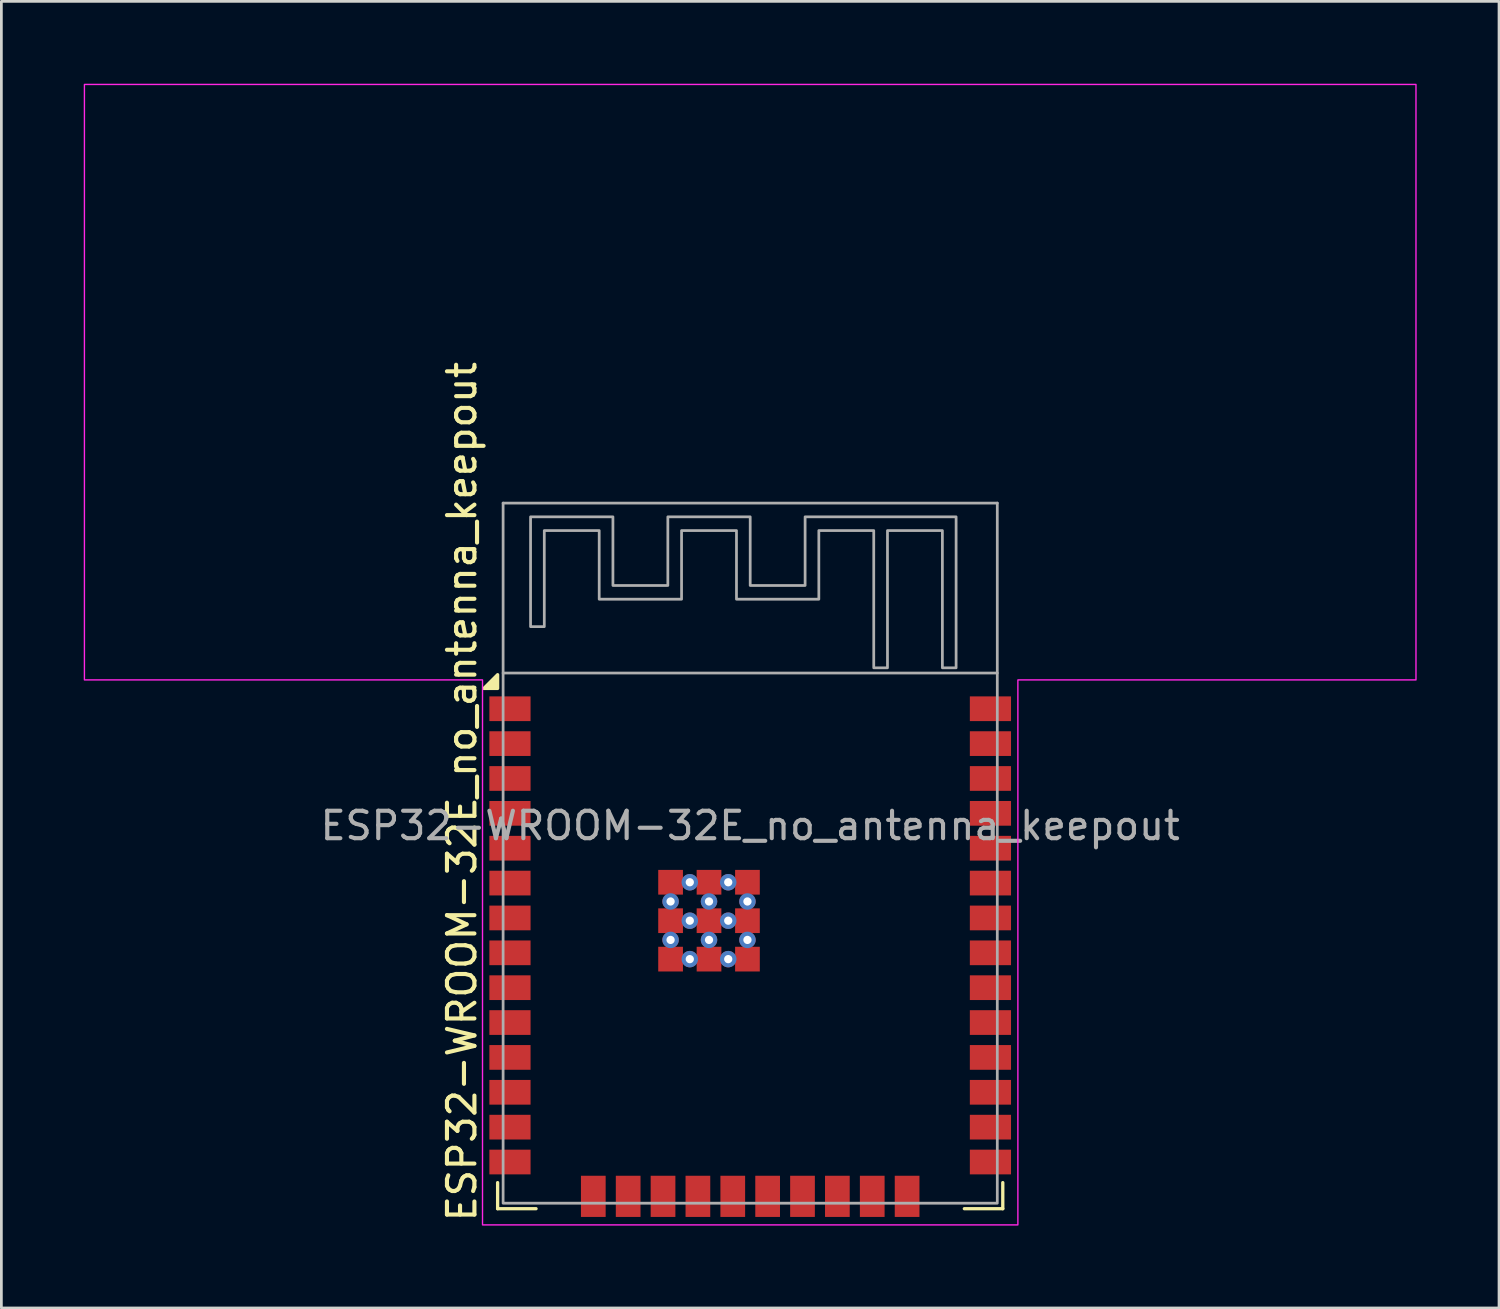
<source format=kicad_pcb>
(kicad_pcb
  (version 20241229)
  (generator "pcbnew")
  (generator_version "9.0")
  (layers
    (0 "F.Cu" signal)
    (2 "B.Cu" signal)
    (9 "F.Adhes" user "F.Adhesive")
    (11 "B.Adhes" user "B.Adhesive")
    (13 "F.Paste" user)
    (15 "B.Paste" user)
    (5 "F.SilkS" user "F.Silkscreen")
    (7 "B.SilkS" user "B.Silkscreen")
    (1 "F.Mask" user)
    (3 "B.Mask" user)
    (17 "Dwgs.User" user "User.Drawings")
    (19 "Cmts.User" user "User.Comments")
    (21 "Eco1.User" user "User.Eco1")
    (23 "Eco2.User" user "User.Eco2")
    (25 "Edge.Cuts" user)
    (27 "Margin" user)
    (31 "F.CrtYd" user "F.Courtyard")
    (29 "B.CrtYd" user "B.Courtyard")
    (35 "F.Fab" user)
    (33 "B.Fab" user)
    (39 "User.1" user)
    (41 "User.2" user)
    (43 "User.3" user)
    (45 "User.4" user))
  (footprint "ESP32-WROOM-32E_no_antenna_keepout"
    (layer "F.Cu")
    (at 24.275 28.025)
    (property "Reference" "ESP32-WROOM-32E_no_antenna_keepout" (at -10.5 13.5 90) (layer "F.SilkS") (effects (font (size 1 1) (thickness 0.15)) (justify left)))
    (attr smd)
    (fp_line (start -9.2 12.95) (end -9.2 12) (stroke (width 0.12) (type solid)) (layer "F.SilkS"))
    (fp_line (start -7.8 12.95) (end -9.2 12.95) (stroke (width 0.12) (type solid)) (layer "F.SilkS"))
    (fp_line (start 7.8 12.95) (end 9.2 12.95) (stroke (width 0.12) (type solid)) (layer "F.SilkS"))
    (fp_line (start 9.2 12.95) (end 9.2 12) (stroke (width 0.12) (type solid)) (layer "F.SilkS"))
    (fp_poly (pts (xy -9.2 -6) (xy -9.7 -6) (xy -9.2 -6.5) (xy -9.2 -6)) (stroke (width 0.12) (type solid)) (fill yes) (layer "F.SilkS"))
    (fp_poly (pts (xy -24.25 -28) (xy 24.25 -28) (xy 24.25 -6.31) (xy 9.75 -6.31) (xy 9.75 13.54) (xy -9.75 13.54) (xy -9.75 -6.31) (xy -24.25 -6.31)) (stroke (width 0.05) (type solid)) (fill no) (layer "F.CrtYd"))
    (fp_line (start -9 -12.75) (end 9 -12.75) (stroke (width 0.1) (type solid)) (layer "F.Fab"))
    (fp_line (start -9 -6.56) (end -9 -12.75) (stroke (width 0.1) (type solid)) (layer "F.Fab"))
    (fp_line (start 9 -12.75) (end 9 -6.56) (stroke (width 0.1) (type solid)) (layer "F.Fab"))
    (fp_rect (start -9 -6.56) (end 9 12.75) (stroke (width 0.1) (type solid)) (fill no) (layer "F.Fab"))
    (fp_poly (pts (xy -5 -9.75) (xy -3 -9.75) (xy -3 -12.25) (xy 0 -12.25) (xy 0 -9.75) (xy 2 -9.75) (xy 2 -12.25) (xy 7.5 -12.25) (xy 7.5 -6.75) (xy 7 -6.75) (xy 7 -11.75) (xy 5 -11.75) (xy 5 -6.75) (xy 4.5 -6.75) (xy 4.5 -11.75) (xy 2.5 -11.75) (xy 2.5 -9.25) (xy -0.5 -9.25) (xy -0.5 -11.75) (xy -2.5 -11.75) (xy -2.5 -9.25) (xy -5.5 -9.25) (xy -5.5 -11.75) (xy -7.5 -11.75) (xy -7.5 -8.25) (xy -8 -8.25) (xy -8 -12.25) (xy -5 -12.25)) (stroke (width 0.1) (type solid)) (fill no) (layer "F.Fab"))
    (fp_text user "${REFERENCE}" (at 0 -1 0) (layer "F.Fab") (effects (font (size 1 1) (thickness 0.15))))
    (pad "1" smd rect (at -8.75 -5.26) (size 1.5 0.9) (layers "F.Cu" "F.Mask" "F.Paste"))
    (pad "2" smd rect (at -8.75 -3.99) (size 1.5 0.9) (layers "F.Cu" "F.Mask" "F.Paste"))
    (pad "3" smd rect (at -8.75 -2.72) (size 1.5 0.9) (layers "F.Cu" "F.Mask" "F.Paste"))
    (pad "4" smd rect (at -8.75 -1.45) (size 1.5 0.9) (layers "F.Cu" "F.Mask" "F.Paste"))
    (pad "5" smd rect (at -8.75 -0.18) (size 1.5 0.9) (layers "F.Cu" "F.Mask" "F.Paste"))
    (pad "6" smd rect (at -8.75 1.09) (size 1.5 0.9) (layers "F.Cu" "F.Mask" "F.Paste"))
    (pad "7" smd rect (at -8.75 2.36) (size 1.5 0.9) (layers "F.Cu" "F.Mask" "F.Paste"))
    (pad "8" smd rect (at -8.75 3.63) (size 1.5 0.9) (layers "F.Cu" "F.Mask" "F.Paste"))
    (pad "9" smd rect (at -8.75 4.9) (size 1.5 0.9) (layers "F.Cu" "F.Mask" "F.Paste"))
    (pad "10" smd rect (at -8.75 6.17) (size 1.5 0.9) (layers "F.Cu" "F.Mask" "F.Paste"))
    (pad "11" smd rect (at -8.75 7.44) (size 1.5 0.9) (layers "F.Cu" "F.Mask" "F.Paste"))
    (pad "12" smd rect (at -8.75 8.71) (size 1.5 0.9) (layers "F.Cu" "F.Mask" "F.Paste"))
    (pad "13" smd rect (at -8.75 9.98) (size 1.5 0.9) (layers "F.Cu" "F.Mask" "F.Paste"))
    (pad "14" smd rect (at -8.75 11.25) (size 1.5 0.9) (layers "F.Cu" "F.Mask" "F.Paste"))
    (pad "15" smd rect (at -5.715 12.5 90) (size 1.5 0.9) (layers "F.Cu" "F.Mask" "F.Paste"))
    (pad "16" smd rect (at -4.445 12.5 90) (size 1.5 0.9) (layers "F.Cu" "F.Mask" "F.Paste"))
    (pad "17" smd rect (at -3.175 12.5 90) (size 1.5 0.9) (layers "F.Cu" "F.Mask" "F.Paste"))
    (pad "18" smd rect (at -1.905 12.5 90) (size 1.5 0.9) (layers "F.Cu" "F.Mask" "F.Paste"))
    (pad "19" smd rect (at -0.635 12.5 90) (size 1.5 0.9) (layers "F.Cu" "F.Mask" "F.Paste"))
    (pad "20" smd rect (at 0.635 12.5 90) (size 1.5 0.9) (layers "F.Cu" "F.Mask" "F.Paste"))
    (pad "21" smd rect (at 1.905 12.5 90) (size 1.5 0.9) (layers "F.Cu" "F.Mask" "F.Paste"))
    (pad "22" smd rect (at 3.175 12.5 90) (size 1.5 0.9) (layers "F.Cu" "F.Mask" "F.Paste"))
    (pad "23" smd rect (at 4.445 12.5 90) (size 1.5 0.9) (layers "F.Cu" "F.Mask" "F.Paste"))
    (pad "24" smd rect (at 5.715 12.5 90) (size 1.5 0.9) (layers "F.Cu" "F.Mask" "F.Paste"))
    (pad "25" smd rect (at 8.75 11.25) (size 1.5 0.9) (layers "F.Cu" "F.Mask" "F.Paste"))
    (pad "26" smd rect (at 8.75 9.98) (size 1.5 0.9) (layers "F.Cu" "F.Mask" "F.Paste"))
    (pad "27" smd rect (at 8.75 8.71) (size 1.5 0.9) (layers "F.Cu" "F.Mask" "F.Paste"))
    (pad "28" smd rect (at 8.75 7.44) (size 1.5 0.9) (layers "F.Cu" "F.Mask" "F.Paste"))
    (pad "29" smd rect (at 8.75 6.17) (size 1.5 0.9) (layers "F.Cu" "F.Mask" "F.Paste"))
    (pad "30" smd rect (at 8.75 4.9) (size 1.5 0.9) (layers "F.Cu" "F.Mask" "F.Paste"))
    (pad "31" smd rect (at 8.75 3.63) (size 1.5 0.9) (layers "F.Cu" "F.Mask" "F.Paste"))
    (pad "32" smd rect (at 8.75 2.36) (size 1.5 0.9) (layers "F.Cu" "F.Mask" "F.Paste"))
    (pad "33" smd rect (at 8.75 1.09) (size 1.5 0.9) (layers "F.Cu" "F.Mask" "F.Paste"))
    (pad "34" smd rect (at 8.75 -0.18) (size 1.5 0.9) (layers "F.Cu" "F.Mask" "F.Paste"))
    (pad "35" smd rect (at 8.75 -1.45) (size 1.5 0.9) (layers "F.Cu" "F.Mask" "F.Paste"))
    (pad "36" smd rect (at 8.75 -2.72) (size 1.5 0.9) (layers "F.Cu" "F.Mask" "F.Paste"))
    (pad "37" smd rect (at 8.75 -3.99) (size 1.5 0.9) (layers "F.Cu" "F.Mask" "F.Paste"))
    (pad "38" smd rect (at 8.75 -5.26) (size 1.5 0.9) (layers "F.Cu" "F.Mask" "F.Paste"))
    (pad "39" smd rect (at -2.9 1.06) (size 0.9 0.9) (layers "F.Cu" "F.Mask" "F.Paste"))
    (pad "39" thru_hole circle (at -2.9 1.76) (size 0.6 0.6) (drill 0.3) (property pad_prop_heatsink) (layers "*.Cu" "*.Mask"))
    (pad "39" smd rect (at -2.9 2.46) (size 0.9 0.9) (layers "F.Cu" "F.Mask" "F.Paste"))
    (pad "39" thru_hole circle (at -2.9 3.16) (size 0.6 0.6) (drill 0.3) (property pad_prop_heatsink) (layers "*.Cu" "*.Mask"))
    (pad "39" smd rect (at -2.9 3.86) (size 0.9 0.9) (layers "F.Cu" "F.Mask" "F.Paste"))
    (pad "39" thru_hole circle (at -2.2 1.06) (size 0.6 0.6) (drill 0.3) (property pad_prop_heatsink) (layers "*.Cu" "*.Mask"))
    (pad "39" thru_hole circle (at -2.2 2.46) (size 0.6 0.6) (drill 0.3) (property pad_prop_heatsink) (layers "*.Cu" "*.Mask"))
    (pad "39" thru_hole circle (at -2.2 3.86) (size 0.6 0.6) (drill 0.3) (property pad_prop_heatsink) (layers "*.Cu" "*.Mask"))
    (pad "39" smd rect (at -1.5 1.06) (size 0.9 0.9) (layers "F.Cu" "F.Mask" "F.Paste"))
    (pad "39" thru_hole circle (at -1.5 1.76) (size 0.6 0.6) (drill 0.3) (property pad_prop_heatsink) (layers "*.Cu" "*.Mask"))
    (pad "39" smd rect (at -1.5 2.46) (size 0.9 0.9) (layers "F.Cu" "F.Mask" "F.Paste"))
    (pad "39" thru_hole circle (at -1.5 3.16) (size 0.6 0.6) (drill 0.3) (property pad_prop_heatsink) (layers "*.Cu" "*.Mask"))
    (pad "39" smd rect (at -1.5 3.86) (size 0.9 0.9) (layers "F.Cu" "F.Mask" "F.Paste"))
    (pad "39" thru_hole circle (at -0.8 1.06) (size 0.6 0.6) (drill 0.3) (property pad_prop_heatsink) (layers "*.Cu" "*.Mask"))
    (pad "39" thru_hole circle (at -0.8 2.46) (size 0.6 0.6) (drill 0.3) (property pad_prop_heatsink) (layers "*.Cu" "*.Mask"))
    (pad "39" thru_hole circle (at -0.8 3.86) (size 0.6 0.6) (drill 0.3) (property pad_prop_heatsink) (layers "*.Cu" "*.Mask"))
    (pad "39" smd rect (at -0.1 1.06) (size 0.9 0.9) (layers "F.Cu" "F.Mask" "F.Paste"))
    (pad "39" thru_hole circle (at -0.1 1.76) (size 0.6 0.6) (drill 0.3) (property pad_prop_heatsink) (layers "*.Cu" "*.Mask"))
    (pad "39" smd rect (at -0.1 2.46) (size 0.9 0.9) (layers "F.Cu" "F.Mask" "F.Paste"))
    (pad "39" thru_hole circle (at -0.1 3.16) (size 0.6 0.6) (drill 0.3) (property pad_prop_heatsink) (layers "*.Cu" "*.Mask"))
    (pad "39" smd rect (at -0.1 3.86) (size 0.9 0.9) (layers "F.Cu" "F.Mask" "F.Paste")))
  (gr_rect
    (start -3 -3)
    (end 51.55 44.59)
    (stroke (width 0.1) (type default))
    (fill no)
    (layer "Edge.Cuts")))
</source>
